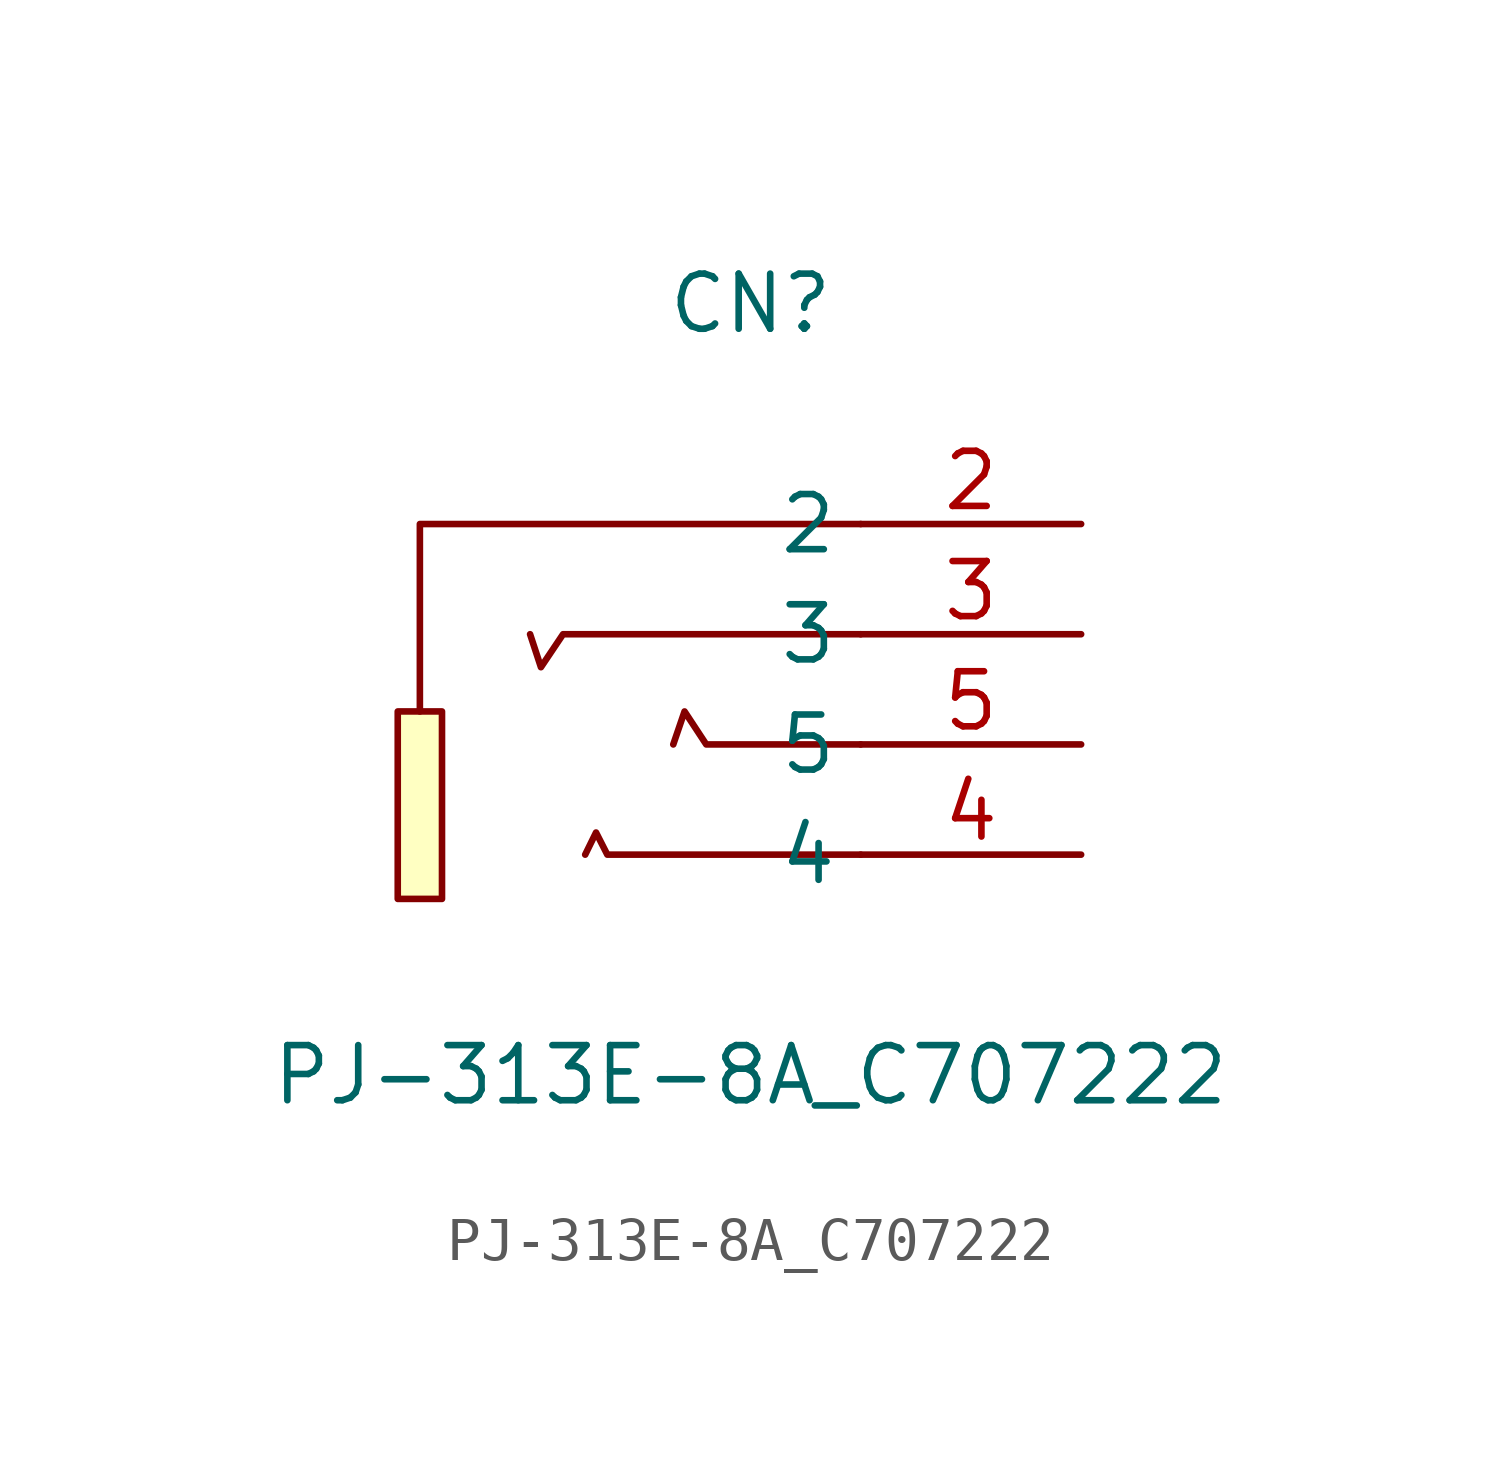
<source format=kicad_sym>
(kicad_symbol_lib
  (version 20231120)
  (generator "kicad_symbol_editor")
  (generator_version "8.0")
  (symbol "PJ-313E-8A_C707222"
    (property "Reference" "CN"
      (at 0 10.16 0)
      (effects (font (size 1.27 1.27))))
    (property "Value" "PJ-313E-8A_C707222"
      (at 0 -7.62 0)
      (effects (font (size 1.27 1.27))))
    (symbol "PJ-313E-8A_C707222_0_1"
      (rectangle (start -8.13 0.76) (end -7.11 -3.56) (stroke (width 0) (type default)) (fill (type background)))
      (polyline (pts (xy 2.54 -2.54) (xy -3.3 -2.54) (xy -3.56 -2.03) (xy -3.81 -2.54)) (stroke (width 0) (type default)) (fill (type none)))
      (polyline (pts (xy 2.54 0) (xy -1.02 0) (xy -1.52 0.76) (xy -1.78 0)) (stroke (width 0) (type default)) (fill (type none)))
      (polyline (pts (xy 2.54 2.54) (xy -4.32 2.54) (xy -4.83 1.78) (xy -5.08 2.54)) (stroke (width 0) (type default)) (fill (type none)))
      (polyline (pts (xy 2.54 5.08) (xy -7.62 5.08) (xy -7.62 0.76) (xy -7.62 0.76) (xy -7.62 0.76)) (stroke (width 0) (type default)) (fill (type none)))
      (pin passive line (at 7.62 5.08 180) (length 5.08) (name "2" (effects (font (size 1.27 1.27)))) (number "2" (effects (font (size 1.27 1.27)))))
      (pin passive line (at 7.62 2.54 180) (length 5.08) (name "3" (effects (font (size 1.27 1.27)))) (number "3" (effects (font (size 1.27 1.27)))))
      (pin passive line (at 7.62 -2.54 180) (length 5.08) (name "4" (effects (font (size 1.27 1.27)))) (number "4" (effects (font (size 1.27 1.27)))))
      (pin passive line (at 7.62 0 180) (length 5.08) (name "5" (effects (font (size 1.27 1.27)))) (number "5" (effects (font (size 1.27 1.27))))))))
</source>
